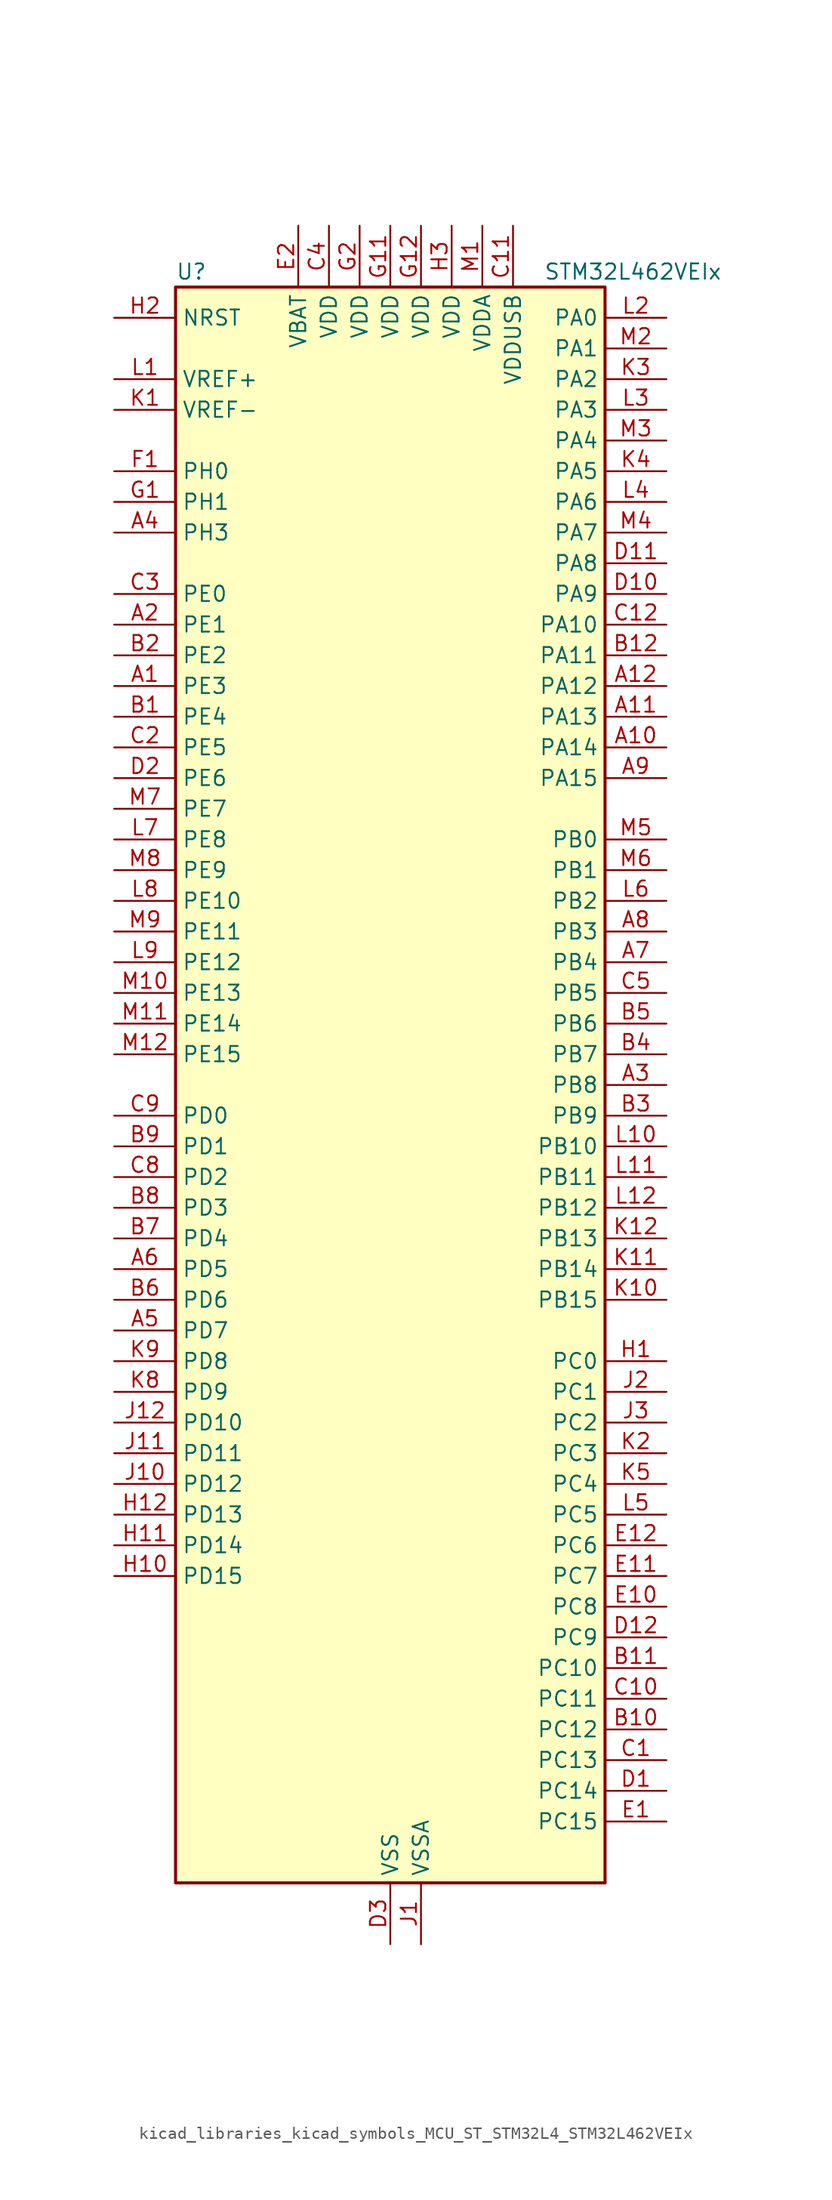
<source format=kicad_sym>
(kicad_symbol_lib
  (version 20220914)
  (generator kicad_symbol_editor)
  (symbol "kicad_libraries_kicad_symbols_MCU_ST_STM32L4_STM32L462VEIx"
    (property "Reference" "U"
      (at -17.78 67.31 0)
      (effects (font (size 1.27 1.27)) (justify left)))
    (property "Value" "STM32L462VEIx"
      (at 12.7 67.31 0)
      (effects (font (size 1.27 1.27)) (justify left)))
    (property "ki_locked" ""
      (at 0 0 0)
      (effects (font (size 1.27 1.27))))
    (symbol "kicad_libraries_kicad_symbols_MCU_ST_STM32L4_STM32L462VEIx_0_1"
      (rectangle (start -17.78 -66.04) (end 17.78 66.04) (stroke (width 0.254) (type default)) (fill (type background))))
    (symbol "kicad_libraries_kicad_symbols_MCU_ST_STM32L4_STM32L462VEIx_1_1"
      (pin bidirectional line (at -22.86 33.02 0) (length 5.08) (name "PE3" (effects (font (size 1.27 1.27)))) (number "A1" (effects (font (size 1.27 1.27)))) (alternate "SAI1_SD_B" bidirectional line) (alternate "SYS_TRACED0" bidirectional line) (alternate "TIM3_CH1" bidirectional line) (alternate "TSC_G7_IO2" bidirectional line))
      (pin bidirectional line (at 22.86 27.94 180) (length 5.08) (name "PA14" (effects (font (size 1.27 1.27)))) (number "A10" (effects (font (size 1.27 1.27)))) (alternate "I2C1_SMBA" bidirectional line) (alternate "I2C4_SMBA" bidirectional line) (alternate "LPTIM1_OUT" bidirectional line) (alternate "SAI1_FS_B" bidirectional line) (alternate "SYS_JTCK-SWCLK" bidirectional line))
      (pin bidirectional line (at 22.86 30.48 180) (length 5.08) (name "PA13" (effects (font (size 1.27 1.27)))) (number "A11" (effects (font (size 1.27 1.27)))) (alternate "IR_OUT" bidirectional line) (alternate "SAI1_SD_B" bidirectional line) (alternate "SYS_JTMS-SWDIO" bidirectional line) (alternate "USB_NOE" bidirectional line))
      (pin bidirectional line (at 22.86 33.02 180) (length 5.08) (name "PA12" (effects (font (size 1.27 1.27)))) (number "A12" (effects (font (size 1.27 1.27)))) (alternate "CAN1_TX" bidirectional line) (alternate "SPI1_MOSI" bidirectional line) (alternate "TIM1_ETR" bidirectional line) (alternate "USART1_DE" bidirectional line) (alternate "USART1_RTS" bidirectional line) (alternate "USB_DP" bidirectional line))
      (pin bidirectional line (at -22.86 38.1 0) (length 5.08) (name "PE1" (effects (font (size 1.27 1.27)))) (number "A2" (effects (font (size 1.27 1.27)))))
      (pin bidirectional line (at 22.86 0 180) (length 5.08) (name "PB8" (effects (font (size 1.27 1.27)))) (number "A3" (effects (font (size 1.27 1.27)))) (alternate "CAN1_RX" bidirectional line) (alternate "I2C1_SCL" bidirectional line) (alternate "SAI1_MCLK_A" bidirectional line) (alternate "SDMMC1_D4" bidirectional line) (alternate "TIM16_CH1" bidirectional line))
      (pin bidirectional line (at -22.86 45.72 0) (length 5.08) (name "PH3" (effects (font (size 1.27 1.27)))) (number "A4" (effects (font (size 1.27 1.27)))))
      (pin bidirectional line (at -22.86 -20.32 0) (length 5.08) (name "PD7" (effects (font (size 1.27 1.27)))) (number "A5" (effects (font (size 1.27 1.27)))) (alternate "DFSDM1_CKIN1" bidirectional line) (alternate "QUADSPI_BK2_IO3" bidirectional line) (alternate "USART2_CK" bidirectional line))
      (pin bidirectional line (at -22.86 -15.24 0) (length 5.08) (name "PD5" (effects (font (size 1.27 1.27)))) (number "A6" (effects (font (size 1.27 1.27)))) (alternate "QUADSPI_BK2_IO1" bidirectional line) (alternate "USART2_TX" bidirectional line))
      (pin bidirectional line (at 22.86 10.16 180) (length 5.08) (name "PB4" (effects (font (size 1.27 1.27)))) (number "A7" (effects (font (size 1.27 1.27)))) (alternate "COMP2_INP" bidirectional line) (alternate "I2C3_SDA" bidirectional line) (alternate "SAI1_MCLK_B" bidirectional line) (alternate "SPI1_MISO" bidirectional line) (alternate "SPI3_MISO" bidirectional line) (alternate "SYS_JTRST" bidirectional line) (alternate "TIM3_CH1" bidirectional line) (alternate "TSC_G2_IO1" bidirectional line) (alternate "USART1_CTS" bidirectional line))
      (pin bidirectional line (at 22.86 12.7 180) (length 5.08) (name "PB3" (effects (font (size 1.27 1.27)))) (number "A8" (effects (font (size 1.27 1.27)))) (alternate "COMP2_INM" bidirectional line) (alternate "SAI1_SCK_B" bidirectional line) (alternate "SPI1_SCK" bidirectional line) (alternate "SPI3_SCK" bidirectional line) (alternate "SYS_JTDO-SWO" bidirectional line) (alternate "TIM2_CH2" bidirectional line) (alternate "USART1_DE" bidirectional line) (alternate "USART1_RTS" bidirectional line))
      (pin bidirectional line (at 22.86 25.4 180) (length 5.08) (name "PA15" (effects (font (size 1.27 1.27)))) (number "A9" (effects (font (size 1.27 1.27)))) (alternate "ADC1_EXTI15" bidirectional line) (alternate "SPI1_NSS" bidirectional line) (alternate "SPI3_NSS" bidirectional line) (alternate "SYS_JTDI" bidirectional line) (alternate "TIM2_CH1" bidirectional line) (alternate "TIM2_ETR" bidirectional line) (alternate "TSC_G3_IO1" bidirectional line) (alternate "UART4_DE" bidirectional line) (alternate "UART4_RTS" bidirectional line) (alternate "USART2_RX" bidirectional line) (alternate "USART3_DE" bidirectional line) (alternate "USART3_RTS" bidirectional line))
      (pin bidirectional line (at -22.86 30.48 0) (length 5.08) (name "PE4" (effects (font (size 1.27 1.27)))) (number "B1" (effects (font (size 1.27 1.27)))) (alternate "DFSDM1_DATIN3" bidirectional line) (alternate "SAI1_FS_A" bidirectional line) (alternate "SYS_TRACED1" bidirectional line) (alternate "TIM3_CH2" bidirectional line) (alternate "TSC_G7_IO3" bidirectional line))
      (pin bidirectional line (at 22.86 -53.34 180) (length 5.08) (name "PC12" (effects (font (size 1.27 1.27)))) (number "B10" (effects (font (size 1.27 1.27)))) (alternate "SDMMC1_CK" bidirectional line) (alternate "SPI3_MOSI" bidirectional line) (alternate "SYS_TRACED3" bidirectional line) (alternate "TSC_G3_IO4" bidirectional line) (alternate "USART3_CK" bidirectional line))
      (pin bidirectional line (at 22.86 -48.26 180) (length 5.08) (name "PC10" (effects (font (size 1.27 1.27)))) (number "B11" (effects (font (size 1.27 1.27)))) (alternate "SDMMC1_D2" bidirectional line) (alternate "SPI3_SCK" bidirectional line) (alternate "SYS_TRACED1" bidirectional line) (alternate "TSC_G3_IO2" bidirectional line) (alternate "UART4_TX" bidirectional line) (alternate "USART3_TX" bidirectional line))
      (pin bidirectional line (at 22.86 35.56 180) (length 5.08) (name "PA11" (effects (font (size 1.27 1.27)))) (number "B12" (effects (font (size 1.27 1.27)))) (alternate "ADC1_EXTI11" bidirectional line) (alternate "CAN1_RX" bidirectional line) (alternate "COMP1_OUT" bidirectional line) (alternate "SPI1_MISO" bidirectional line) (alternate "TIM1_BKIN2" bidirectional line) (alternate "TIM1_BKIN2_COMP1" bidirectional line) (alternate "TIM1_CH4" bidirectional line) (alternate "USART1_CTS" bidirectional line) (alternate "USB_DM" bidirectional line))
      (pin bidirectional line (at -22.86 35.56 0) (length 5.08) (name "PE2" (effects (font (size 1.27 1.27)))) (number "B2" (effects (font (size 1.27 1.27)))) (alternate "SAI1_MCLK_A" bidirectional line) (alternate "SYS_TRACECLK" bidirectional line) (alternate "TIM3_ETR" bidirectional line) (alternate "TSC_G7_IO1" bidirectional line))
      (pin bidirectional line (at 22.86 -2.54 180) (length 5.08) (name "PB9" (effects (font (size 1.27 1.27)))) (number "B3" (effects (font (size 1.27 1.27)))) (alternate "CAN1_TX" bidirectional line) (alternate "DAC1_EXTI9" bidirectional line) (alternate "I2C1_SDA" bidirectional line) (alternate "IR_OUT" bidirectional line) (alternate "SAI1_FS_A" bidirectional line) (alternate "SDMMC1_D5" bidirectional line) (alternate "SPI2_NSS" bidirectional line))
      (pin bidirectional line (at 22.86 2.54 180) (length 5.08) (name "PB7" (effects (font (size 1.27 1.27)))) (number "B4" (effects (font (size 1.27 1.27)))) (alternate "COMP2_INM" bidirectional line) (alternate "I2C1_SDA" bidirectional line) (alternate "I2C4_SDA" bidirectional line) (alternate "LPTIM1_IN2" bidirectional line) (alternate "SYS_PVD_IN" bidirectional line) (alternate "TSC_G2_IO4" bidirectional line) (alternate "UART4_CTS" bidirectional line) (alternate "USART1_RX" bidirectional line))
      (pin bidirectional line (at 22.86 5.08 180) (length 5.08) (name "PB6" (effects (font (size 1.27 1.27)))) (number "B5" (effects (font (size 1.27 1.27)))) (alternate "CAN1_TX" bidirectional line) (alternate "COMP2_INP" bidirectional line) (alternate "I2C1_SCL" bidirectional line) (alternate "I2C4_SCL" bidirectional line) (alternate "LPTIM1_ETR" bidirectional line) (alternate "SAI1_FS_B" bidirectional line) (alternate "TIM16_CH1N" bidirectional line) (alternate "TSC_G2_IO3" bidirectional line) (alternate "USART1_TX" bidirectional line))
      (pin bidirectional line (at -22.86 -17.78 0) (length 5.08) (name "PD6" (effects (font (size 1.27 1.27)))) (number "B6" (effects (font (size 1.27 1.27)))) (alternate "DFSDM1_DATIN1" bidirectional line) (alternate "QUADSPI_BK2_IO2" bidirectional line) (alternate "SAI1_SD_A" bidirectional line) (alternate "USART2_RX" bidirectional line))
      (pin bidirectional line (at -22.86 -12.7 0) (length 5.08) (name "PD4" (effects (font (size 1.27 1.27)))) (number "B7" (effects (font (size 1.27 1.27)))) (alternate "DFSDM1_CKIN0" bidirectional line) (alternate "QUADSPI_BK2_IO0" bidirectional line) (alternate "SPI2_MOSI" bidirectional line) (alternate "USART2_DE" bidirectional line) (alternate "USART2_RTS" bidirectional line))
      (pin bidirectional line (at -22.86 -10.16 0) (length 5.08) (name "PD3" (effects (font (size 1.27 1.27)))) (number "B8" (effects (font (size 1.27 1.27)))) (alternate "DFSDM1_DATIN0" bidirectional line) (alternate "QUADSPI_BK2_NCS" bidirectional line) (alternate "SPI2_MISO" bidirectional line) (alternate "USART2_CTS" bidirectional line))
      (pin bidirectional line (at -22.86 -5.08 0) (length 5.08) (name "PD1" (effects (font (size 1.27 1.27)))) (number "B9" (effects (font (size 1.27 1.27)))) (alternate "CAN1_TX" bidirectional line) (alternate "SPI2_SCK" bidirectional line))
      (pin bidirectional line (at 22.86 -55.88 180) (length 5.08) (name "PC13" (effects (font (size 1.27 1.27)))) (number "C1" (effects (font (size 1.27 1.27)))) (alternate "RTC_OUT_ALARM" bidirectional line) (alternate "RTC_OUT_CALIB" bidirectional line) (alternate "RTC_TAMP1" bidirectional line) (alternate "RTC_TS" bidirectional line) (alternate "SYS_WKUP2" bidirectional line))
      (pin bidirectional line (at 22.86 -50.8 180) (length 5.08) (name "PC11" (effects (font (size 1.27 1.27)))) (number "C10" (effects (font (size 1.27 1.27)))) (alternate "ADC1_EXTI11" bidirectional line) (alternate "SDMMC1_D3" bidirectional line) (alternate "SPI3_MISO" bidirectional line) (alternate "TSC_G3_IO3" bidirectional line) (alternate "UART4_RX" bidirectional line) (alternate "USART3_RX" bidirectional line))
      (pin power_in line (at 10.16 71.12 270) (length 5.08) (name "VDDUSB" (effects (font (size 1.27 1.27)))) (number "C11" (effects (font (size 1.27 1.27)))))
      (pin bidirectional line (at 22.86 38.1 180) (length 5.08) (name "PA10" (effects (font (size 1.27 1.27)))) (number "C12" (effects (font (size 1.27 1.27)))) (alternate "CRS_SYNC" bidirectional line) (alternate "I2C1_SDA" bidirectional line) (alternate "SAI1_SD_A" bidirectional line) (alternate "TIM1_CH3" bidirectional line) (alternate "USART1_RX" bidirectional line))
      (pin bidirectional line (at -22.86 27.94 0) (length 5.08) (name "PE5" (effects (font (size 1.27 1.27)))) (number "C2" (effects (font (size 1.27 1.27)))) (alternate "DFSDM1_CKIN3" bidirectional line) (alternate "SAI1_SCK_A" bidirectional line) (alternate "SYS_TRACED2" bidirectional line) (alternate "TIM3_CH3" bidirectional line) (alternate "TSC_G7_IO4" bidirectional line))
      (pin bidirectional line (at -22.86 40.64 0) (length 5.08) (name "PE0" (effects (font (size 1.27 1.27)))) (number "C3" (effects (font (size 1.27 1.27)))) (alternate "TIM16_CH1" bidirectional line))
      (pin power_in line (at -5.08 71.12 270) (length 5.08) (name "VDD" (effects (font (size 1.27 1.27)))) (number "C4" (effects (font (size 1.27 1.27)))))
      (pin bidirectional line (at 22.86 7.62 180) (length 5.08) (name "PB5" (effects (font (size 1.27 1.27)))) (number "C5" (effects (font (size 1.27 1.27)))) (alternate "CAN1_RX" bidirectional line) (alternate "COMP2_OUT" bidirectional line) (alternate "I2C1_SMBA" bidirectional line) (alternate "LPTIM1_IN1" bidirectional line) (alternate "SAI1_SD_B" bidirectional line) (alternate "SPI1_MOSI" bidirectional line) (alternate "SPI3_MOSI" bidirectional line) (alternate "TIM16_BKIN" bidirectional line) (alternate "TIM3_CH2" bidirectional line) (alternate "TSC_G2_IO2" bidirectional line) (alternate "USART1_CK" bidirectional line))
      (pin bidirectional line (at -22.86 -7.62 0) (length 5.08) (name "PD2" (effects (font (size 1.27 1.27)))) (number "C8" (effects (font (size 1.27 1.27)))) (alternate "SDMMC1_CMD" bidirectional line) (alternate "SYS_TRACED2" bidirectional line) (alternate "TIM3_ETR" bidirectional line) (alternate "TSC_SYNC" bidirectional line) (alternate "USART3_DE" bidirectional line) (alternate "USART3_RTS" bidirectional line))
      (pin bidirectional line (at -22.86 -2.54 0) (length 5.08) (name "PD0" (effects (font (size 1.27 1.27)))) (number "C9" (effects (font (size 1.27 1.27)))) (alternate "CAN1_RX" bidirectional line) (alternate "SPI2_NSS" bidirectional line))
      (pin bidirectional line (at 22.86 -58.42 180) (length 5.08) (name "PC14" (effects (font (size 1.27 1.27)))) (number "D1" (effects (font (size 1.27 1.27)))) (alternate "RCC_OSC32_IN" bidirectional line))
      (pin bidirectional line (at 22.86 40.64 180) (length 5.08) (name "PA9" (effects (font (size 1.27 1.27)))) (number "D10" (effects (font (size 1.27 1.27)))) (alternate "DAC1_EXTI9" bidirectional line) (alternate "DFSDM1_DATIN1" bidirectional line) (alternate "I2C1_SCL" bidirectional line) (alternate "SAI1_FS_A" bidirectional line) (alternate "TIM15_BKIN" bidirectional line) (alternate "TIM1_CH2" bidirectional line) (alternate "USART1_TX" bidirectional line))
      (pin bidirectional line (at 22.86 43.18 180) (length 5.08) (name "PA8" (effects (font (size 1.27 1.27)))) (number "D11" (effects (font (size 1.27 1.27)))) (alternate "DFSDM1_CKIN1" bidirectional line) (alternate "LPTIM2_OUT" bidirectional line) (alternate "RCC_MCO" bidirectional line) (alternate "SAI1_SCK_A" bidirectional line) (alternate "TIM1_CH1" bidirectional line) (alternate "USART1_CK" bidirectional line))
      (pin bidirectional line (at 22.86 -45.72 180) (length 5.08) (name "PC9" (effects (font (size 1.27 1.27)))) (number "D12" (effects (font (size 1.27 1.27)))) (alternate "DAC1_EXTI9" bidirectional line) (alternate "SDMMC1_D1" bidirectional line) (alternate "TIM3_CH4" bidirectional line) (alternate "TSC_G4_IO4" bidirectional line) (alternate "USB_NOE" bidirectional line))
      (pin bidirectional line (at -22.86 25.4 0) (length 5.08) (name "PE6" (effects (font (size 1.27 1.27)))) (number "D2" (effects (font (size 1.27 1.27)))) (alternate "RTC_TAMP3" bidirectional line) (alternate "SAI1_SD_A" bidirectional line) (alternate "SYS_TRACED3" bidirectional line) (alternate "SYS_WKUP3" bidirectional line) (alternate "TIM3_CH4" bidirectional line))
      (pin power_in line (at 0 -71.12 90) (length 5.08) (name "VSS" (effects (font (size 1.27 1.27)))) (number "D3" (effects (font (size 1.27 1.27)))))
      (pin bidirectional line (at 22.86 -60.96 180) (length 5.08) (name "PC15" (effects (font (size 1.27 1.27)))) (number "E1" (effects (font (size 1.27 1.27)))) (alternate "ADC1_EXTI15" bidirectional line) (alternate "RCC_OSC32_OUT" bidirectional line))
      (pin bidirectional line (at 22.86 -43.18 180) (length 5.08) (name "PC8" (effects (font (size 1.27 1.27)))) (number "E10" (effects (font (size 1.27 1.27)))) (alternate "SDMMC1_D0" bidirectional line) (alternate "TIM3_CH3" bidirectional line) (alternate "TSC_G4_IO3" bidirectional line))
      (pin bidirectional line (at 22.86 -40.64 180) (length 5.08) (name "PC7" (effects (font (size 1.27 1.27)))) (number "E11" (effects (font (size 1.27 1.27)))) (alternate "DFSDM1_DATIN3" bidirectional line) (alternate "SDMMC1_D7" bidirectional line) (alternate "TIM3_CH2" bidirectional line) (alternate "TSC_G4_IO2" bidirectional line))
      (pin bidirectional line (at 22.86 -38.1 180) (length 5.08) (name "PC6" (effects (font (size 1.27 1.27)))) (number "E12" (effects (font (size 1.27 1.27)))) (alternate "DFSDM1_CKIN3" bidirectional line) (alternate "SDMMC1_D6" bidirectional line) (alternate "TIM3_CH1" bidirectional line) (alternate "TSC_G4_IO1" bidirectional line))
      (pin power_in line (at -7.62 71.12 270) (length 5.08) (name "VBAT" (effects (font (size 1.27 1.27)))) (number "E2" (effects (font (size 1.27 1.27)))))
      (pin passive line (at 0 -71.12 90) (length 5.08) hide (name "VSS" (effects (font (size 1.27 1.27)))) (number "E3" (effects (font (size 1.27 1.27)))))
      (pin bidirectional line (at -22.86 50.8 0) (length 5.08) (name "PH0" (effects (font (size 1.27 1.27)))) (number "F1" (effects (font (size 1.27 1.27)))) (alternate "RCC_OSC_IN" bidirectional line))
      (pin passive line (at 0 -71.12 90) (length 5.08) hide (name "VSS" (effects (font (size 1.27 1.27)))) (number "F11" (effects (font (size 1.27 1.27)))))
      (pin passive line (at 0 -71.12 90) (length 5.08) hide (name "VSS" (effects (font (size 1.27 1.27)))) (number "F12" (effects (font (size 1.27 1.27)))))
      (pin passive line (at 0 -71.12 90) (length 5.08) hide (name "VSS" (effects (font (size 1.27 1.27)))) (number "F2" (effects (font (size 1.27 1.27)))))
      (pin bidirectional line (at -22.86 48.26 0) (length 5.08) (name "PH1" (effects (font (size 1.27 1.27)))) (number "G1" (effects (font (size 1.27 1.27)))) (alternate "RCC_OSC_OUT" bidirectional line))
      (pin power_in line (at 0 71.12 270) (length 5.08) (name "VDD" (effects (font (size 1.27 1.27)))) (number "G11" (effects (font (size 1.27 1.27)))))
      (pin power_in line (at 2.54 71.12 270) (length 5.08) (name "VDD" (effects (font (size 1.27 1.27)))) (number "G12" (effects (font (size 1.27 1.27)))))
      (pin power_in line (at -2.54 71.12 270) (length 5.08) (name "VDD" (effects (font (size 1.27 1.27)))) (number "G2" (effects (font (size 1.27 1.27)))))
      (pin bidirectional line (at 22.86 -22.86 180) (length 5.08) (name "PC0" (effects (font (size 1.27 1.27)))) (number "H1" (effects (font (size 1.27 1.27)))) (alternate "ADC1_IN1" bidirectional line) (alternate "I2C3_SCL" bidirectional line) (alternate "I2C4_SCL" bidirectional line) (alternate "LPTIM1_IN1" bidirectional line) (alternate "LPTIM2_IN1" bidirectional line) (alternate "LPUART1_RX" bidirectional line))
      (pin bidirectional line (at -22.86 -40.64 0) (length 5.08) (name "PD15" (effects (font (size 1.27 1.27)))) (number "H10" (effects (font (size 1.27 1.27)))) (alternate "ADC1_EXTI15" bidirectional line))
      (pin bidirectional line (at -22.86 -38.1 0) (length 5.08) (name "PD14" (effects (font (size 1.27 1.27)))) (number "H11" (effects (font (size 1.27 1.27)))))
      (pin bidirectional line (at -22.86 -35.56 0) (length 5.08) (name "PD13" (effects (font (size 1.27 1.27)))) (number "H12" (effects (font (size 1.27 1.27)))) (alternate "I2C4_SDA" bidirectional line) (alternate "LPTIM2_OUT" bidirectional line) (alternate "TSC_G6_IO4" bidirectional line))
      (pin input line (at -22.86 63.5 0) (length 5.08) (name "NRST" (effects (font (size 1.27 1.27)))) (number "H2" (effects (font (size 1.27 1.27)))))
      (pin power_in line (at 5.08 71.12 270) (length 5.08) (name "VDD" (effects (font (size 1.27 1.27)))) (number "H3" (effects (font (size 1.27 1.27)))))
      (pin power_in line (at 2.54 -71.12 90) (length 5.08) (name "VSSA" (effects (font (size 1.27 1.27)))) (number "J1" (effects (font (size 1.27 1.27)))))
      (pin bidirectional line (at -22.86 -33.02 0) (length 5.08) (name "PD12" (effects (font (size 1.27 1.27)))) (number "J10" (effects (font (size 1.27 1.27)))) (alternate "I2C4_SCL" bidirectional line) (alternate "LPTIM2_IN1" bidirectional line) (alternate "TSC_G6_IO3" bidirectional line) (alternate "USART3_DE" bidirectional line) (alternate "USART3_RTS" bidirectional line))
      (pin bidirectional line (at -22.86 -30.48 0) (length 5.08) (name "PD11" (effects (font (size 1.27 1.27)))) (number "J11" (effects (font (size 1.27 1.27)))) (alternate "ADC1_EXTI11" bidirectional line) (alternate "I2C4_SMBA" bidirectional line) (alternate "LPTIM2_ETR" bidirectional line) (alternate "TSC_G6_IO2" bidirectional line) (alternate "USART3_CTS" bidirectional line))
      (pin bidirectional line (at -22.86 -27.94 0) (length 5.08) (name "PD10" (effects (font (size 1.27 1.27)))) (number "J12" (effects (font (size 1.27 1.27)))) (alternate "TSC_G6_IO1" bidirectional line) (alternate "USART3_CK" bidirectional line))
      (pin bidirectional line (at 22.86 -25.4 180) (length 5.08) (name "PC1" (effects (font (size 1.27 1.27)))) (number "J2" (effects (font (size 1.27 1.27)))) (alternate "ADC1_IN2" bidirectional line) (alternate "I2C3_SDA" bidirectional line) (alternate "I2C4_SDA" bidirectional line) (alternate "LPTIM1_OUT" bidirectional line) (alternate "LPUART1_TX" bidirectional line) (alternate "SYS_TRACED0" bidirectional line))
      (pin bidirectional line (at 22.86 -27.94 180) (length 5.08) (name "PC2" (effects (font (size 1.27 1.27)))) (number "J3" (effects (font (size 1.27 1.27)))) (alternate "ADC1_IN3" bidirectional line) (alternate "DFSDM1_CKOUT" bidirectional line) (alternate "LPTIM1_IN2" bidirectional line) (alternate "SPI2_MISO" bidirectional line))
      (pin input line (at -22.86 55.88 0) (length 5.08) (name "VREF-" (effects (font (size 1.27 1.27)))) (number "K1" (effects (font (size 1.27 1.27)))))
      (pin bidirectional line (at 22.86 -17.78 180) (length 5.08) (name "PB15" (effects (font (size 1.27 1.27)))) (number "K10" (effects (font (size 1.27 1.27)))) (alternate "ADC1_EXTI15" bidirectional line) (alternate "DFSDM1_CKIN2" bidirectional line) (alternate "RTC_REFIN" bidirectional line) (alternate "SAI1_SD_A" bidirectional line) (alternate "SPI2_MOSI" bidirectional line) (alternate "TIM15_CH2" bidirectional line) (alternate "TIM1_CH3N" bidirectional line) (alternate "TSC_G1_IO4" bidirectional line))
      (pin bidirectional line (at 22.86 -15.24 180) (length 5.08) (name "PB14" (effects (font (size 1.27 1.27)))) (number "K11" (effects (font (size 1.27 1.27)))) (alternate "DFSDM1_DATIN2" bidirectional line) (alternate "I2C2_SDA" bidirectional line) (alternate "SAI1_MCLK_A" bidirectional line) (alternate "SPI2_MISO" bidirectional line) (alternate "TIM15_CH1" bidirectional line) (alternate "TIM1_CH2N" bidirectional line) (alternate "TSC_G1_IO3" bidirectional line) (alternate "USART3_DE" bidirectional line) (alternate "USART3_RTS" bidirectional line))
      (pin bidirectional line (at 22.86 -12.7 180) (length 5.08) (name "PB13" (effects (font (size 1.27 1.27)))) (number "K12" (effects (font (size 1.27 1.27)))) (alternate "CAN1_TX" bidirectional line) (alternate "DFSDM1_CKIN1" bidirectional line) (alternate "I2C2_SCL" bidirectional line) (alternate "LPUART1_CTS" bidirectional line) (alternate "SAI1_SCK_A" bidirectional line) (alternate "SPI2_SCK" bidirectional line) (alternate "TIM15_CH1N" bidirectional line) (alternate "TIM1_CH1N" bidirectional line) (alternate "TSC_G1_IO2" bidirectional line) (alternate "USART3_CTS" bidirectional line))
      (pin bidirectional line (at 22.86 -30.48 180) (length 5.08) (name "PC3" (effects (font (size 1.27 1.27)))) (number "K2" (effects (font (size 1.27 1.27)))) (alternate "ADC1_IN4" bidirectional line) (alternate "LPTIM1_ETR" bidirectional line) (alternate "LPTIM2_ETR" bidirectional line) (alternate "SAI1_SD_A" bidirectional line) (alternate "SPI2_MOSI" bidirectional line))
      (pin bidirectional line (at 22.86 58.42 180) (length 5.08) (name "PA2" (effects (font (size 1.27 1.27)))) (number "K3" (effects (font (size 1.27 1.27)))) (alternate "ADC1_IN7" bidirectional line) (alternate "COMP2_INM" bidirectional line) (alternate "COMP2_OUT" bidirectional line) (alternate "LPUART1_TX" bidirectional line) (alternate "QUADSPI_BK1_NCS" bidirectional line) (alternate "RCC_LSCO" bidirectional line) (alternate "SYS_WKUP4" bidirectional line) (alternate "TIM15_CH1" bidirectional line) (alternate "TIM2_CH3" bidirectional line) (alternate "USART2_TX" bidirectional line))
      (pin bidirectional line (at 22.86 50.8 180) (length 5.08) (name "PA5" (effects (font (size 1.27 1.27)))) (number "K4" (effects (font (size 1.27 1.27)))) (alternate "ADC1_IN10" bidirectional line) (alternate "COMP1_INM" bidirectional line) (alternate "COMP2_INM" bidirectional line) (alternate "DFSDM1_CKOUT" bidirectional line) (alternate "LPTIM2_ETR" bidirectional line) (alternate "SPI1_SCK" bidirectional line) (alternate "TIM2_CH1" bidirectional line) (alternate "TIM2_ETR" bidirectional line))
      (pin bidirectional line (at 22.86 -33.02 180) (length 5.08) (name "PC4" (effects (font (size 1.27 1.27)))) (number "K5" (effects (font (size 1.27 1.27)))) (alternate "ADC1_IN13" bidirectional line) (alternate "COMP1_INM" bidirectional line) (alternate "USART3_TX" bidirectional line))
      (pin bidirectional line (at -22.86 -25.4 0) (length 5.08) (name "PD9" (effects (font (size 1.27 1.27)))) (number "K8" (effects (font (size 1.27 1.27)))) (alternate "DAC1_EXTI9" bidirectional line) (alternate "USART3_RX" bidirectional line))
      (pin bidirectional line (at -22.86 -22.86 0) (length 5.08) (name "PD8" (effects (font (size 1.27 1.27)))) (number "K9" (effects (font (size 1.27 1.27)))) (alternate "USART3_TX" bidirectional line))
      (pin input line (at -22.86 58.42 0) (length 5.08) (name "VREF+" (effects (font (size 1.27 1.27)))) (number "L1" (effects (font (size 1.27 1.27)))) (alternate "VREFBUF_OUT" bidirectional line))
      (pin bidirectional line (at 22.86 -5.08 180) (length 5.08) (name "PB10" (effects (font (size 1.27 1.27)))) (number "L10" (effects (font (size 1.27 1.27)))) (alternate "COMP1_OUT" bidirectional line) (alternate "I2C2_SCL" bidirectional line) (alternate "I2C4_SCL" bidirectional line) (alternate "LPUART1_RX" bidirectional line) (alternate "QUADSPI_CLK" bidirectional line) (alternate "SAI1_SCK_A" bidirectional line) (alternate "SPI2_SCK" bidirectional line) (alternate "TIM2_CH3" bidirectional line) (alternate "TSC_SYNC" bidirectional line) (alternate "USART3_TX" bidirectional line))
      (pin bidirectional line (at 22.86 -7.62 180) (length 5.08) (name "PB11" (effects (font (size 1.27 1.27)))) (number "L11" (effects (font (size 1.27 1.27)))) (alternate "ADC1_EXTI11" bidirectional line) (alternate "COMP2_OUT" bidirectional line) (alternate "I2C2_SDA" bidirectional line) (alternate "I2C4_SDA" bidirectional line) (alternate "LPUART1_TX" bidirectional line) (alternate "QUADSPI_BK1_NCS" bidirectional line) (alternate "TIM2_CH4" bidirectional line) (alternate "USART3_RX" bidirectional line))
      (pin bidirectional line (at 22.86 -10.16 180) (length 5.08) (name "PB12" (effects (font (size 1.27 1.27)))) (number "L12" (effects (font (size 1.27 1.27)))) (alternate "CAN1_RX" bidirectional line) (alternate "DFSDM1_DATIN1" bidirectional line) (alternate "I2C2_SMBA" bidirectional line) (alternate "LPUART1_DE" bidirectional line) (alternate "LPUART1_RTS" bidirectional line) (alternate "SAI1_FS_A" bidirectional line) (alternate "SPI2_NSS" bidirectional line) (alternate "TIM15_BKIN" bidirectional line) (alternate "TIM1_BKIN" bidirectional line) (alternate "TIM1_BKIN_COMP2" bidirectional line) (alternate "TSC_G1_IO1" bidirectional line) (alternate "USART3_CK" bidirectional line))
      (pin bidirectional line (at 22.86 63.5 180) (length 5.08) (name "PA0" (effects (font (size 1.27 1.27)))) (number "L2" (effects (font (size 1.27 1.27)))) (alternate "ADC1_IN5" bidirectional line) (alternate "COMP1_INM" bidirectional line) (alternate "COMP1_OUT" bidirectional line) (alternate "OPAMP1_VINP" bidirectional line) (alternate "RTC_TAMP2" bidirectional line) (alternate "SAI1_EXTCLK" bidirectional line) (alternate "SYS_WKUP1" bidirectional line) (alternate "TIM2_CH1" bidirectional line) (alternate "TIM2_ETR" bidirectional line) (alternate "UART4_TX" bidirectional line) (alternate "USART2_CTS" bidirectional line))
      (pin bidirectional line (at 22.86 55.88 180) (length 5.08) (name "PA3" (effects (font (size 1.27 1.27)))) (number "L3" (effects (font (size 1.27 1.27)))) (alternate "ADC1_IN8" bidirectional line) (alternate "COMP2_INP" bidirectional line) (alternate "LPUART1_RX" bidirectional line) (alternate "OPAMP1_VOUT" bidirectional line) (alternate "QUADSPI_CLK" bidirectional line) (alternate "SAI1_MCLK_A" bidirectional line) (alternate "TIM15_CH2" bidirectional line) (alternate "TIM2_CH4" bidirectional line) (alternate "USART2_RX" bidirectional line))
      (pin bidirectional line (at 22.86 48.26 180) (length 5.08) (name "PA6" (effects (font (size 1.27 1.27)))) (number "L4" (effects (font (size 1.27 1.27)))) (alternate "ADC1_IN11" bidirectional line) (alternate "COMP1_OUT" bidirectional line) (alternate "LPUART1_CTS" bidirectional line) (alternate "QUADSPI_BK1_IO3" bidirectional line) (alternate "SPI1_MISO" bidirectional line) (alternate "TIM16_CH1" bidirectional line) (alternate "TIM1_BKIN" bidirectional line) (alternate "TIM1_BKIN_COMP2" bidirectional line) (alternate "TIM3_CH1" bidirectional line) (alternate "USART3_CTS" bidirectional line))
      (pin bidirectional line (at 22.86 -35.56 180) (length 5.08) (name "PC5" (effects (font (size 1.27 1.27)))) (number "L5" (effects (font (size 1.27 1.27)))) (alternate "ADC1_IN14" bidirectional line) (alternate "COMP1_INP" bidirectional line) (alternate "SYS_WKUP5" bidirectional line) (alternate "USART3_RX" bidirectional line))
      (pin bidirectional line (at 22.86 15.24 180) (length 5.08) (name "PB2" (effects (font (size 1.27 1.27)))) (number "L6" (effects (font (size 1.27 1.27)))) (alternate "COMP1_INP" bidirectional line) (alternate "DFSDM1_CKIN0" bidirectional line) (alternate "I2C3_SMBA" bidirectional line) (alternate "LPTIM1_OUT" bidirectional line) (alternate "RTC_OUT_ALARM" bidirectional line) (alternate "RTC_OUT_CALIB" bidirectional line))
      (pin bidirectional line (at -22.86 20.32 0) (length 5.08) (name "PE8" (effects (font (size 1.27 1.27)))) (number "L7" (effects (font (size 1.27 1.27)))) (alternate "DFSDM1_CKIN2" bidirectional line) (alternate "SAI1_SCK_B" bidirectional line) (alternate "TIM1_CH1N" bidirectional line))
      (pin bidirectional line (at -22.86 15.24 0) (length 5.08) (name "PE10" (effects (font (size 1.27 1.27)))) (number "L8" (effects (font (size 1.27 1.27)))) (alternate "QUADSPI_CLK" bidirectional line) (alternate "SAI1_MCLK_B" bidirectional line) (alternate "TIM1_CH2N" bidirectional line) (alternate "TSC_G5_IO1" bidirectional line))
      (pin bidirectional line (at -22.86 10.16 0) (length 5.08) (name "PE12" (effects (font (size 1.27 1.27)))) (number "L9" (effects (font (size 1.27 1.27)))) (alternate "QUADSPI_BK1_IO0" bidirectional line) (alternate "SPI1_NSS" bidirectional line) (alternate "TIM1_CH3N" bidirectional line) (alternate "TSC_G5_IO3" bidirectional line))
      (pin power_in line (at 7.62 71.12 270) (length 5.08) (name "VDDA" (effects (font (size 1.27 1.27)))) (number "M1" (effects (font (size 1.27 1.27)))))
      (pin bidirectional line (at -22.86 7.62 0) (length 5.08) (name "PE13" (effects (font (size 1.27 1.27)))) (number "M10" (effects (font (size 1.27 1.27)))) (alternate "QUADSPI_BK1_IO1" bidirectional line) (alternate "SPI1_SCK" bidirectional line) (alternate "TIM1_CH3" bidirectional line) (alternate "TSC_G5_IO4" bidirectional line))
      (pin bidirectional line (at -22.86 5.08 0) (length 5.08) (name "PE14" (effects (font (size 1.27 1.27)))) (number "M11" (effects (font (size 1.27 1.27)))) (alternate "QUADSPI_BK1_IO2" bidirectional line) (alternate "SPI1_MISO" bidirectional line) (alternate "TIM1_BKIN2" bidirectional line) (alternate "TIM1_BKIN2_COMP2" bidirectional line) (alternate "TIM1_CH4" bidirectional line))
      (pin bidirectional line (at -22.86 2.54 0) (length 5.08) (name "PE15" (effects (font (size 1.27 1.27)))) (number "M12" (effects (font (size 1.27 1.27)))) (alternate "ADC1_EXTI15" bidirectional line) (alternate "QUADSPI_BK1_IO3" bidirectional line) (alternate "SPI1_MOSI" bidirectional line) (alternate "TIM1_BKIN" bidirectional line) (alternate "TIM1_BKIN_COMP1" bidirectional line))
      (pin bidirectional line (at 22.86 60.96 180) (length 5.08) (name "PA1" (effects (font (size 1.27 1.27)))) (number "M2" (effects (font (size 1.27 1.27)))) (alternate "ADC1_IN6" bidirectional line) (alternate "COMP1_INP" bidirectional line) (alternate "I2C1_SMBA" bidirectional line) (alternate "OPAMP1_VINM" bidirectional line) (alternate "SPI1_SCK" bidirectional line) (alternate "TIM15_CH1N" bidirectional line) (alternate "TIM2_CH2" bidirectional line) (alternate "UART4_RX" bidirectional line) (alternate "USART2_DE" bidirectional line) (alternate "USART2_RTS" bidirectional line))
      (pin bidirectional line (at 22.86 53.34 180) (length 5.08) (name "PA4" (effects (font (size 1.27 1.27)))) (number "M3" (effects (font (size 1.27 1.27)))) (alternate "ADC1_IN9" bidirectional line) (alternate "COMP1_INM" bidirectional line) (alternate "COMP2_INM" bidirectional line) (alternate "DAC1_OUT1" bidirectional line) (alternate "LPTIM2_OUT" bidirectional line) (alternate "SAI1_FS_B" bidirectional line) (alternate "SPI1_NSS" bidirectional line) (alternate "SPI3_NSS" bidirectional line) (alternate "USART2_CK" bidirectional line))
      (pin bidirectional line (at 22.86 45.72 180) (length 5.08) (name "PA7" (effects (font (size 1.27 1.27)))) (number "M4" (effects (font (size 1.27 1.27)))) (alternate "ADC1_IN12" bidirectional line) (alternate "COMP2_OUT" bidirectional line) (alternate "DFSDM1_DATIN0" bidirectional line) (alternate "I2C3_SCL" bidirectional line) (alternate "QUADSPI_BK1_IO2" bidirectional line) (alternate "SPI1_MOSI" bidirectional line) (alternate "TIM1_CH1N" bidirectional line) (alternate "TIM3_CH2" bidirectional line))
      (pin bidirectional line (at 22.86 20.32 180) (length 5.08) (name "PB0" (effects (font (size 1.27 1.27)))) (number "M5" (effects (font (size 1.27 1.27)))) (alternate "ADC1_IN15" bidirectional line) (alternate "COMP1_OUT" bidirectional line) (alternate "DFSDM1_CKIN0" bidirectional line) (alternate "QUADSPI_BK1_IO1" bidirectional line) (alternate "SAI1_EXTCLK" bidirectional line) (alternate "SPI1_NSS" bidirectional line) (alternate "TIM1_CH2N" bidirectional line) (alternate "TIM3_CH3" bidirectional line) (alternate "USART3_CK" bidirectional line))
      (pin bidirectional line (at 22.86 17.78 180) (length 5.08) (name "PB1" (effects (font (size 1.27 1.27)))) (number "M6" (effects (font (size 1.27 1.27)))) (alternate "ADC1_IN16" bidirectional line) (alternate "COMP1_INM" bidirectional line) (alternate "DFSDM1_DATIN0" bidirectional line) (alternate "LPTIM2_IN1" bidirectional line) (alternate "LPUART1_DE" bidirectional line) (alternate "LPUART1_RTS" bidirectional line) (alternate "QUADSPI_BK1_IO0" bidirectional line) (alternate "TIM1_CH3N" bidirectional line) (alternate "TIM3_CH4" bidirectional line) (alternate "USART3_DE" bidirectional line) (alternate "USART3_RTS" bidirectional line))
      (pin bidirectional line (at -22.86 22.86 0) (length 5.08) (name "PE7" (effects (font (size 1.27 1.27)))) (number "M7" (effects (font (size 1.27 1.27)))) (alternate "DFSDM1_DATIN2" bidirectional line) (alternate "SAI1_SD_B" bidirectional line) (alternate "TIM1_ETR" bidirectional line))
      (pin bidirectional line (at -22.86 17.78 0) (length 5.08) (name "PE9" (effects (font (size 1.27 1.27)))) (number "M8" (effects (font (size 1.27 1.27)))) (alternate "DAC1_EXTI9" bidirectional line) (alternate "DFSDM1_CKOUT" bidirectional line) (alternate "SAI1_FS_B" bidirectional line) (alternate "TIM1_CH1" bidirectional line))
      (pin bidirectional line (at -22.86 12.7 0) (length 5.08) (name "PE11" (effects (font (size 1.27 1.27)))) (number "M9" (effects (font (size 1.27 1.27)))) (alternate "ADC1_EXTI11" bidirectional line) (alternate "QUADSPI_BK1_NCS" bidirectional line) (alternate "TIM1_CH2" bidirectional line) (alternate "TSC_G5_IO2" bidirectional line)))))
</source>
